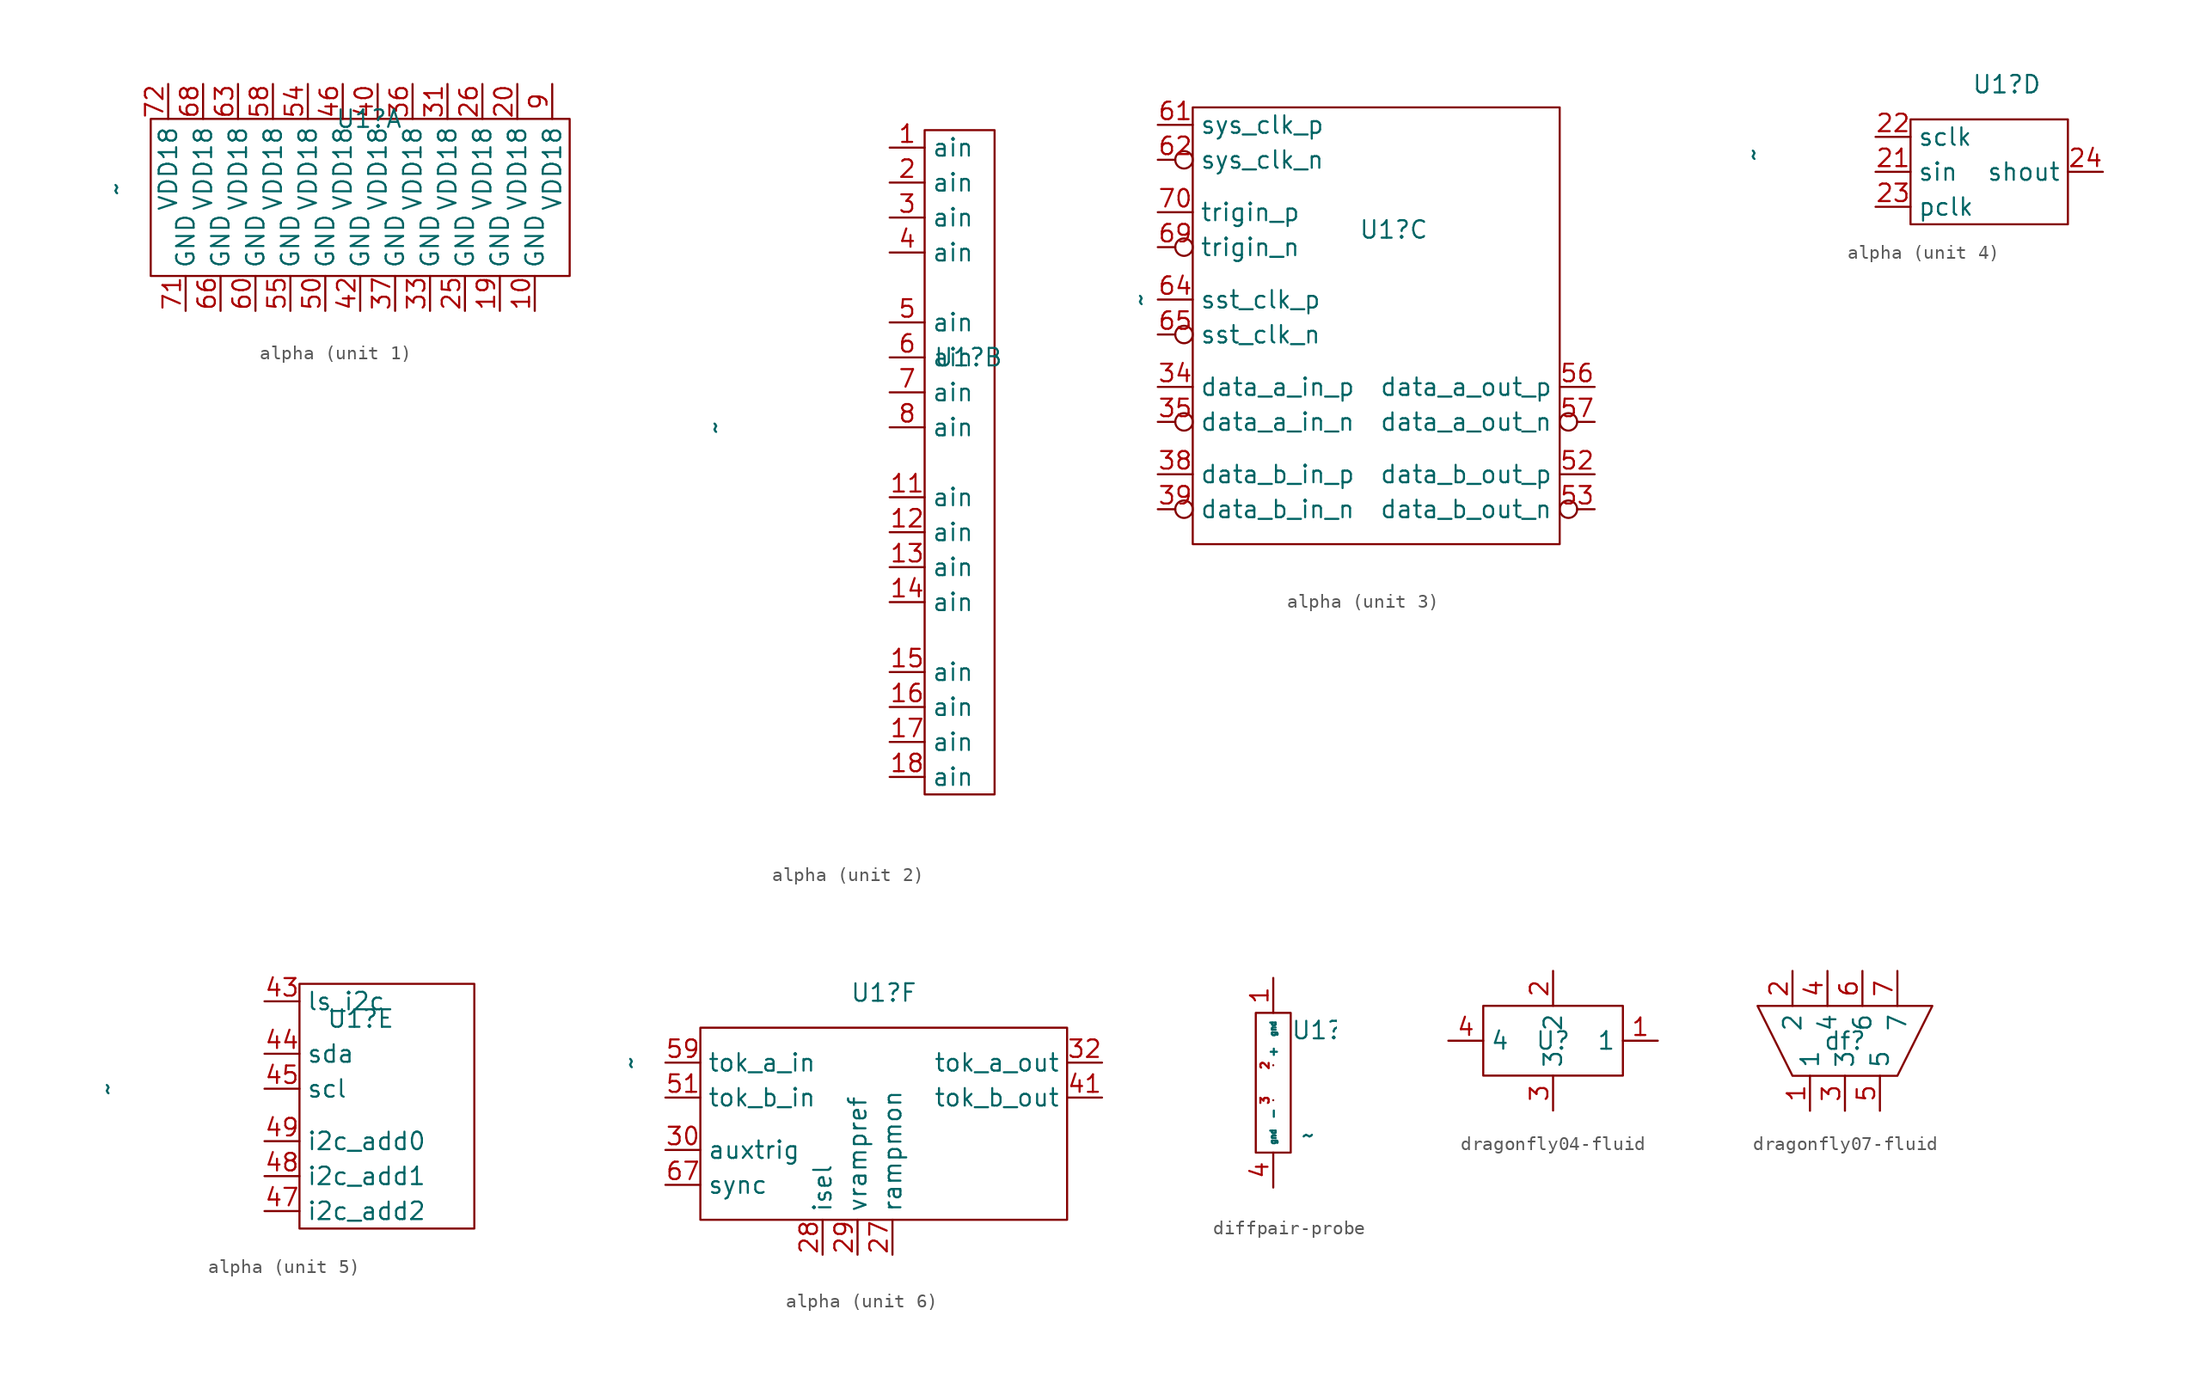
<source format=kicad_sym>
(kicad_symbol_lib
  (version 20241209)
  (generator "kicad_symbol_editor")
  (generator_version "9.0")
  (symbol "alpha"
    (property "Reference" "U1"
      (at 1.905 6.35 0)
      (effects (font (size 1.27 1.27))))
    (property "Value" "~"
      (at -16.51 1.27 90)
      (effects (font (size 1.27 1.27))))
    (property "ki_locked" ""
      (at 0 0 0)
      (effects (font (size 1.27 1.27))))
    (symbol "alpha_1_0"
      (pin unspecified line (at -12.7 8.89 270) (length 2.54) (name "VDD18" (effects (font (size 1.27 1.27)))) (number "72" (effects (font (size 1.27 1.27)))))
      (pin unspecified line (at -11.43 -7.62 90) (length 2.54) (name "GND" (effects (font (size 1.27 1.27)))) (number "71" (effects (font (size 1.27 1.27)))))
      (pin unspecified line (at -10.16 8.89 270) (length 2.54) (name "VDD18" (effects (font (size 1.27 1.27)))) (number "68" (effects (font (size 1.27 1.27)))))
      (pin unspecified line (at -8.89 -7.62 90) (length 2.54) (name "GND" (effects (font (size 1.27 1.27)))) (number "66" (effects (font (size 1.27 1.27)))))
      (pin unspecified line (at -7.62 8.89 270) (length 2.54) (name "VDD18" (effects (font (size 1.27 1.27)))) (number "63" (effects (font (size 1.27 1.27)))))
      (pin unspecified line (at -6.35 -7.62 90) (length 2.54) (name "GND" (effects (font (size 1.27 1.27)))) (number "60" (effects (font (size 1.27 1.27)))))
      (pin unspecified line (at -5.08 8.89 270) (length 2.54) (name "VDD18" (effects (font (size 1.27 1.27)))) (number "58" (effects (font (size 1.27 1.27)))))
      (pin unspecified line (at -3.81 -7.62 90) (length 2.54) (name "GND" (effects (font (size 1.27 1.27)))) (number "55" (effects (font (size 1.27 1.27)))))
      (pin unspecified line (at -2.54 8.89 270) (length 2.54) (name "VDD18" (effects (font (size 1.27 1.27)))) (number "54" (effects (font (size 1.27 1.27)))))
      (pin unspecified line (at -1.27 -7.62 90) (length 2.54) (name "GND" (effects (font (size 1.27 1.27)))) (number "50" (effects (font (size 1.27 1.27)))))
      (pin unspecified line (at 0 8.89 270) (length 2.54) (name "VDD18" (effects (font (size 1.27 1.27)))) (number "46" (effects (font (size 1.27 1.27)))))
      (pin unspecified line (at 1.27 -7.62 90) (length 2.54) (name "GND" (effects (font (size 1.27 1.27)))) (number "42" (effects (font (size 1.27 1.27)))))
      (pin unspecified line (at 2.54 8.89 270) (length 2.54) (name "VDD18" (effects (font (size 1.27 1.27)))) (number "40" (effects (font (size 1.27 1.27)))))
      (pin unspecified line (at 3.81 -7.62 90) (length 2.54) (name "GND" (effects (font (size 1.27 1.27)))) (number "37" (effects (font (size 1.27 1.27)))))
      (pin unspecified line (at 5.08 8.89 270) (length 2.54) (name "VDD18" (effects (font (size 1.27 1.27)))) (number "36" (effects (font (size 1.27 1.27)))))
      (pin unspecified line (at 6.35 -7.62 90) (length 2.54) (name "GND" (effects (font (size 1.27 1.27)))) (number "33" (effects (font (size 1.27 1.27)))))
      (pin unspecified line (at 7.62 8.89 270) (length 2.54) (name "VDD18" (effects (font (size 1.27 1.27)))) (number "31" (effects (font (size 1.27 1.27)))))
      (pin unspecified line (at 8.89 -7.62 90) (length 2.54) (name "GND" (effects (font (size 1.27 1.27)))) (number "25" (effects (font (size 1.27 1.27)))))
      (pin unspecified line (at 10.16 8.89 270) (length 2.54) (name "VDD18" (effects (font (size 1.27 1.27)))) (number "26" (effects (font (size 1.27 1.27)))))
      (pin unspecified line (at 11.43 -7.62 90) (length 2.54) (name "GND" (effects (font (size 1.27 1.27)))) (number "19" (effects (font (size 1.27 1.27)))))
      (pin unspecified line (at 12.7 8.89 270) (length 2.54) (name "VDD18" (effects (font (size 1.27 1.27)))) (number "20" (effects (font (size 1.27 1.27)))))
      (pin unspecified line (at 13.97 -7.62 90) (length 2.54) (name "GND" (effects (font (size 1.27 1.27)))) (number "10" (effects (font (size 1.27 1.27)))))
      (pin unspecified line (at 15.24 8.89 270) (length 2.54) (name "VDD18" (effects (font (size 1.27 1.27)))) (number "9" (effects (font (size 1.27 1.27))))))
    (symbol "alpha_1_1"
      (rectangle (start -13.97 6.35) (end 16.51 -5.08) (stroke (width 0) (type default)) (fill (type none))))
    (symbol "alpha_2_0"
      (pin unspecified line (at -3.81 21.59 0) (length 2.54) (name "ain" (effects (font (size 1.27 1.27)))) (number "1" (effects (font (size 1.27 1.27)))))
      (pin unspecified line (at -3.81 19.05 0) (length 2.54) (name "ain" (effects (font (size 1.27 1.27)))) (number "2" (effects (font (size 1.27 1.27)))))
      (pin unspecified line (at -3.81 16.51 0) (length 2.54) (name "ain" (effects (font (size 1.27 1.27)))) (number "3" (effects (font (size 1.27 1.27)))))
      (pin unspecified line (at -3.81 13.97 0) (length 2.54) (name "ain" (effects (font (size 1.27 1.27)))) (number "4" (effects (font (size 1.27 1.27)))))
      (pin unspecified line (at -3.81 8.89 0) (length 2.54) (name "ain" (effects (font (size 1.27 1.27)))) (number "5" (effects (font (size 1.27 1.27)))))
      (pin unspecified line (at -3.81 6.35 0) (length 2.54) (name "ain" (effects (font (size 1.27 1.27)))) (number "6" (effects (font (size 1.27 1.27)))))
      (pin unspecified line (at -3.81 3.81 0) (length 2.54) (name "ain" (effects (font (size 1.27 1.27)))) (number "7" (effects (font (size 1.27 1.27)))))
      (pin unspecified line (at -3.81 1.27 0) (length 2.54) (name "ain" (effects (font (size 1.27 1.27)))) (number "8" (effects (font (size 1.27 1.27)))))
      (pin unspecified line (at -3.81 -3.81 0) (length 2.54) (name "ain" (effects (font (size 1.27 1.27)))) (number "11" (effects (font (size 1.27 1.27)))))
      (pin unspecified line (at -3.81 -6.35 0) (length 2.54) (name "ain" (effects (font (size 1.27 1.27)))) (number "12" (effects (font (size 1.27 1.27)))))
      (pin unspecified line (at -3.81 -8.89 0) (length 2.54) (name "ain" (effects (font (size 1.27 1.27)))) (number "13" (effects (font (size 1.27 1.27)))))
      (pin unspecified line (at -3.81 -11.43 0) (length 2.54) (name "ain" (effects (font (size 1.27 1.27)))) (number "14" (effects (font (size 1.27 1.27)))))
      (pin unspecified line (at -3.81 -16.51 0) (length 2.54) (name "ain" (effects (font (size 1.27 1.27)))) (number "15" (effects (font (size 1.27 1.27)))))
      (pin unspecified line (at -3.81 -19.05 0) (length 2.54) (name "ain" (effects (font (size 1.27 1.27)))) (number "16" (effects (font (size 1.27 1.27)))))
      (pin unspecified line (at -3.81 -21.59 0) (length 2.54) (name "ain" (effects (font (size 1.27 1.27)))) (number "17" (effects (font (size 1.27 1.27)))))
      (pin unspecified line (at -3.81 -24.13 0) (length 2.54) (name "ain" (effects (font (size 1.27 1.27)))) (number "18" (effects (font (size 1.27 1.27))))))
    (symbol "alpha_2_1"
      (rectangle (start -1.27 22.86) (end 3.81 -25.4) (stroke (width 0) (type default)) (fill (type none))))
    (symbol "alpha_3_0"
      (pin unspecified line (at -15.24 13.97 0) (length 2.54) (name "sys_clk_p" (effects (font (size 1.27 1.27)))) (number "61" (effects (font (size 1.27 1.27)))))
      (pin unspecified inverted (at -15.24 11.43 0) (length 2.54) (name "sys_clk_n" (effects (font (size 1.27 1.27)))) (number "62" (effects (font (size 1.27 1.27)))))
      (pin unspecified line (at -15.24 7.62 0) (length 2.54) (name "trigin_p" (effects (font (size 1.27 1.27)))) (number "70" (effects (font (size 1.27 1.27)))))
      (pin unspecified inverted (at -15.24 5.08 0) (length 2.54) (name "trigin_n" (effects (font (size 1.27 1.27)))) (number "69" (effects (font (size 1.27 1.27)))))
      (pin unspecified line (at -15.24 1.27 0) (length 2.54) (name "sst_clk_p" (effects (font (size 1.27 1.27)))) (number "64" (effects (font (size 1.27 1.27)))))
      (pin unspecified inverted (at -15.24 -1.27 0) (length 2.54) (name "sst_clk_n" (effects (font (size 1.27 1.27)))) (number "65" (effects (font (size 1.27 1.27)))))
      (pin unspecified line (at -15.24 -5.08 0) (length 2.54) (name "data_a_in_p" (effects (font (size 1.27 1.27)))) (number "34" (effects (font (size 1.27 1.27)))))
      (pin unspecified inverted (at -15.24 -7.62 0) (length 2.54) (name "data_a_in_n" (effects (font (size 1.27 1.27)))) (number "35" (effects (font (size 1.27 1.27)))))
      (pin unspecified line (at -15.24 -11.43 0) (length 2.54) (name "data_b_in_p" (effects (font (size 1.27 1.27)))) (number "38" (effects (font (size 1.27 1.27)))))
      (pin unspecified inverted (at -15.24 -13.97 0) (length 2.54) (name "data_b_in_n" (effects (font (size 1.27 1.27)))) (number "39" (effects (font (size 1.27 1.27)))))
      (pin unspecified line (at 16.51 -5.08 180) (length 2.54) (name "data_a_out_p" (effects (font (size 1.27 1.27)))) (number "56" (effects (font (size 1.27 1.27)))))
      (pin unspecified inverted (at 16.51 -7.62 180) (length 2.54) (name "data_a_out_n" (effects (font (size 1.27 1.27)))) (number "57" (effects (font (size 1.27 1.27)))))
      (pin unspecified line (at 16.51 -11.43 180) (length 2.54) (name "data_b_out_p" (effects (font (size 1.27 1.27)))) (number "52" (effects (font (size 1.27 1.27)))))
      (pin unspecified inverted (at 16.51 -13.97 180) (length 2.54) (name "data_b_out_n" (effects (font (size 1.27 1.27)))) (number "53" (effects (font (size 1.27 1.27))))))
    (symbol "alpha_3_1"
      (rectangle (start -12.7 15.24) (end 13.97 -16.51) (stroke (width 0) (type default)) (fill (type none))))
    (symbol "alpha_4_0"
      (pin unspecified line (at -7.62 2.54 0) (length 2.54) (name "sclk" (effects (font (size 1.27 1.27)))) (number "22" (effects (font (size 1.27 1.27)))))
      (pin unspecified line (at -7.62 0 0) (length 2.54) (name "sin" (effects (font (size 1.27 1.27)))) (number "21" (effects (font (size 1.27 1.27)))))
      (pin unspecified line (at -7.62 -2.54 0) (length 2.54) (name "pclk" (effects (font (size 1.27 1.27)))) (number "23" (effects (font (size 1.27 1.27)))))
      (pin unspecified line (at 8.89 0 180) (length 2.54) (name "shout" (effects (font (size 1.27 1.27)))) (number "24" (effects (font (size 1.27 1.27))))))
    (symbol "alpha_4_1"
      (rectangle (start -5.08 3.81) (end 6.35 -3.81) (stroke (width 0) (type default)) (fill (type none))))
    (symbol "alpha_5_0"
      (pin unspecified line (at -5.08 7.62 0) (length 2.54) (name "ls_i2c" (effects (font (size 1.27 1.27)))) (number "43" (effects (font (size 1.27 1.27)))))
      (pin unspecified line (at -5.08 3.81 0) (length 2.54) (name "sda" (effects (font (size 1.27 1.27)))) (number "44" (effects (font (size 1.27 1.27)))))
      (pin unspecified line (at -5.08 1.27 0) (length 2.54) (name "scl" (effects (font (size 1.27 1.27)))) (number "45" (effects (font (size 1.27 1.27)))))
      (pin unspecified line (at -5.08 -2.54 0) (length 2.54) (name "i2c_add0" (effects (font (size 1.27 1.27)))) (number "49" (effects (font (size 1.27 1.27)))))
      (pin unspecified line (at -5.08 -5.08 0) (length 2.54) (name "i2c_add1" (effects (font (size 1.27 1.27)))) (number "48" (effects (font (size 1.27 1.27)))))
      (pin unspecified line (at -5.08 -7.62 0) (length 2.54) (name "i2c_add2" (effects (font (size 1.27 1.27)))) (number "47" (effects (font (size 1.27 1.27))))))
    (symbol "alpha_5_1"
      (rectangle (start -2.54 8.89) (end 10.16 -8.89) (stroke (width 0) (type default)) (fill (type none))))
    (symbol "alpha_6_0"
      (pin unspecified line (at -13.97 1.27 0) (length 2.54) (name "tok_a_in" (effects (font (size 1.27 1.27)))) (number "59" (effects (font (size 1.27 1.27)))))
      (pin unspecified line (at -13.97 -1.27 0) (length 2.54) (name "tok_b_in" (effects (font (size 1.27 1.27)))) (number "51" (effects (font (size 1.27 1.27)))))
      (pin unspecified line (at -13.97 -5.08 0) (length 2.54) (name "auxtrig" (effects (font (size 1.27 1.27)))) (number "30" (effects (font (size 1.27 1.27)))))
      (pin unspecified line (at -13.97 -7.62 0) (length 2.54) (name "sync" (effects (font (size 1.27 1.27)))) (number "67" (effects (font (size 1.27 1.27)))))
      (pin unspecified line (at -2.54 -12.7 90) (length 2.54) (name "isel" (effects (font (size 1.27 1.27)))) (number "28" (effects (font (size 1.27 1.27)))))
      (pin unspecified line (at 0 -12.7 90) (length 2.54) (name "vrampref" (effects (font (size 1.27 1.27)))) (number "29" (effects (font (size 1.27 1.27)))))
      (pin unspecified line (at 2.54 -12.7 90) (length 2.54) (name "rampmon" (effects (font (size 1.27 1.27)))) (number "27" (effects (font (size 1.27 1.27)))))
      (pin unspecified line (at 17.78 1.27 180) (length 2.54) (name "tok_a_out" (effects (font (size 1.27 1.27)))) (number "32" (effects (font (size 1.27 1.27)))))
      (pin unspecified line (at 17.78 -1.27 180) (length 2.54) (name "tok_b_out" (effects (font (size 1.27 1.27)))) (number "41" (effects (font (size 1.27 1.27))))))
    (symbol "alpha_6_1"
      (rectangle (start -11.43 3.81) (end 15.24 -10.16) (stroke (width 0) (type default)) (fill (type none)))))
  (symbol "diffpair-probe"
    (property "Reference" "U1"
      (at 1.27 2.54 0)
      (effects (font (size 1.27 1.27)) (justify left)))
    (property "Value" "~"
      (at 2.54 -5.08 0)
      (effects (font (size 1.27 1.27))))
    (symbol "diffpair-probe_0_1"
      (rectangle (start -1.27 3.81) (end 1.27 -6.35) (stroke (width 0) (type default)) (fill (type none))))
    (symbol "diffpair-probe_1_1"
      (pin power_in line (at 0 6.35 270) (length 2.54) (name "gnd" (effects (font (size 0.4 0.4)))) (number "1" (effects (font (size 1.27 1.27)))))
      (pin bidirectional line (at 0 0 90) (length 0) (name "+" (effects (font (size 0.6 0.6)))) (number "2" (effects (font (size 0.6 0.6)))))
      (pin bidirectional line (at 0 -2.54 270) (length 0) (name "-" (effects (font (size 0.6 0.6)))) (number "3" (effects (font (size 0.6 0.6)))))
      (pin power_in line (at 0 -8.89 90) (length 2.54) (name "gnd" (effects (font (size 0.4 0.4)))) (number "4" (effects (font (size 1.27 1.27)))))))
  (symbol "dragonfly04-fluid"
    (property "Reference" "U"
      (at 0 0 0)
      (effects (font (size 1.27 1.27))))
    (property "Value" ""
      (at 0 0 0)
      (effects (font (size 1.27 1.27))))
    (symbol "dragonfly04-fluid_0_1"
      (rectangle (start -5.08 2.54) (end 5.08 -2.54) (stroke (width 0) (type default)) (fill (type none))))
    (symbol "dragonfly04-fluid_1_1"
      (pin input line (at -7.62 0 0) (length 2.54) (name "4" (effects (font (size 1.27 1.27)))) (number "4" (effects (font (size 1.27 1.27)))))
      (pin input line (at 0 5.08 270) (length 2.54) (name "2" (effects (font (size 1.27 1.27)))) (number "2" (effects (font (size 1.27 1.27)))))
      (pin input line (at 0 -5.08 90) (length 2.54) (name "3" (effects (font (size 1.27 1.27)))) (number "3" (effects (font (size 1.27 1.27)))))
      (pin input line (at 7.62 0 180) (length 2.54) (name "1" (effects (font (size 1.27 1.27)))) (number "1" (effects (font (size 1.27 1.27)))))))
  (symbol "dragonfly07-fluid"
    (property "Reference" "df"
      (at 0 0 0)
      (effects (font (size 1.27 1.27))))
    (property "Value" ""
      (at 0 0 0)
      (effects (font (size 1.27 1.27))))
    (symbol "dragonfly07-fluid_0_1"
      (polyline (pts (xy -6.35 2.54) (xy 6.35 2.54) (xy 3.81 -2.54) (xy -3.81 -2.54) (xy -6.35 2.54)) (stroke (width 0) (type default)) (fill (type none))))
    (symbol "dragonfly07-fluid_1_1"
      (pin input line (at -3.81 5.08 270) (length 2.54) (name "2" (effects (font (size 1.27 1.27)))) (number "2" (effects (font (size 1.27 1.27)))))
      (pin input line (at -2.54 -5.08 90) (length 2.54) (name "1" (effects (font (size 1.27 1.27)))) (number "1" (effects (font (size 1.27 1.27)))))
      (pin input line (at -1.27 5.08 270) (length 2.54) (name "4" (effects (font (size 1.27 1.27)))) (number "4" (effects (font (size 1.27 1.27)))))
      (pin input line (at 0 -5.08 90) (length 2.54) (name "3" (effects (font (size 1.27 1.27)))) (number "3" (effects (font (size 1.27 1.27)))))
      (pin input line (at 1.27 5.08 270) (length 2.54) (name "6" (effects (font (size 1.27 1.27)))) (number "6" (effects (font (size 1.27 1.27)))))
      (pin input line (at 2.54 -5.08 90) (length 2.54) (name "5" (effects (font (size 1.27 1.27)))) (number "5" (effects (font (size 1.27 1.27)))))
      (pin input line (at 3.81 5.08 270) (length 2.54) (name "7" (effects (font (size 1.27 1.27)))) (number "7" (effects (font (size 1.27 1.27))))))))
</source>
